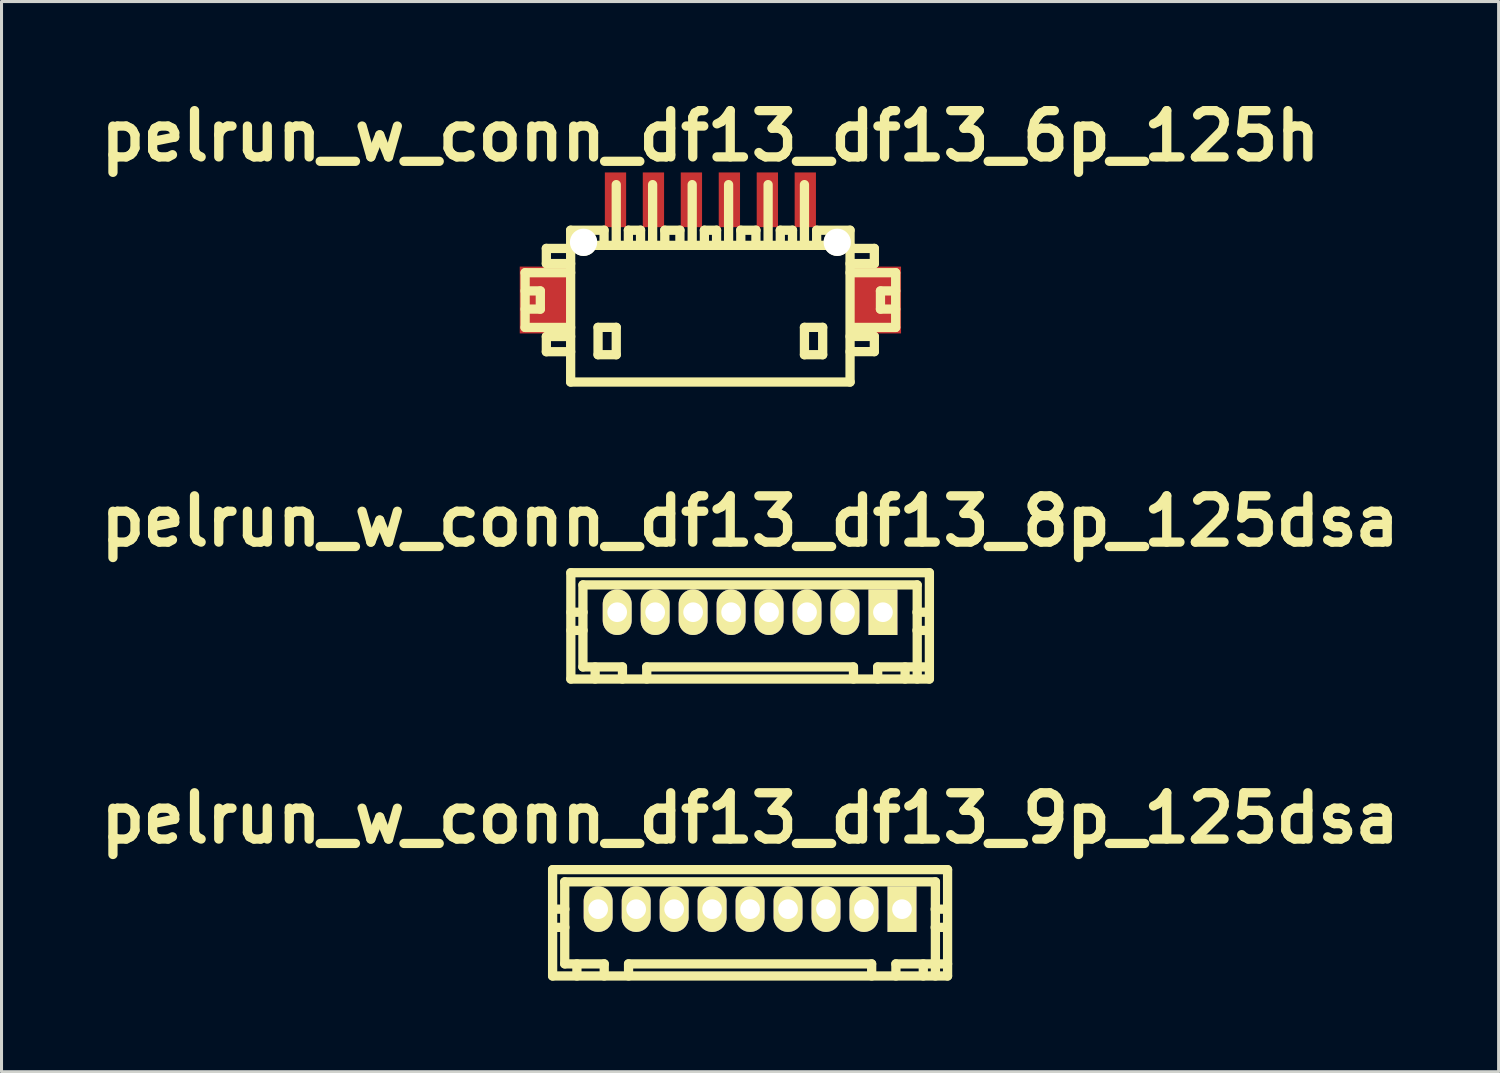
<source format=kicad_pcb>
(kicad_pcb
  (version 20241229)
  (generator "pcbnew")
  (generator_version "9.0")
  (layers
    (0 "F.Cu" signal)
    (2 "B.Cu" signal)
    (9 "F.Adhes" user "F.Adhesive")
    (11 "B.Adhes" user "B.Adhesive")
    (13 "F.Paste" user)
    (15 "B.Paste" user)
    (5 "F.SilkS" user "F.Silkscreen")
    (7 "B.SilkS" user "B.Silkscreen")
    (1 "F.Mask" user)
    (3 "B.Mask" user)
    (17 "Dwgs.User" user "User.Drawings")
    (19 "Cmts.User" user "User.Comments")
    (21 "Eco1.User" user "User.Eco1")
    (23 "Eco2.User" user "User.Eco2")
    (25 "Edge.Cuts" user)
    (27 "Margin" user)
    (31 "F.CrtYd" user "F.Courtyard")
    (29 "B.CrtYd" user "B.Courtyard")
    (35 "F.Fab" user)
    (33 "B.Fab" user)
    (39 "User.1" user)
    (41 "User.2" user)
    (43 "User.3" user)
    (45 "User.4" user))
  (footprint "pelrun_w_conn_df13_df13_6p_125h"
    (layer "F.Cu")
    (at 20.335 7.027)
    (property "Reference" "pelrun_w_conn_df13_df13_6p_125h" (at 0 -5.601 0) (layer "F.SilkS") (effects (font (size 1.524 1.524) (thickness 0.305))))
    (attr through_hole)
    (fp_line (start -6.099 -1.1) (end -6.099 0.701) (stroke (width 0.305) (type solid)) (layer "F.SilkS"))
    (fp_line (start -6.099 0.701) (end -4.6 0.701) (stroke (width 0.305) (type solid)) (layer "F.SilkS"))
    (fp_line (start -5.598 -0.5) (end -6.099 -0.5) (stroke (width 0.305) (type solid)) (layer "F.SilkS"))
    (fp_line (start -5.598 0.099) (end -6.099 0.099) (stroke (width 0.305) (type solid)) (layer "F.SilkS"))
    (fp_line (start -5.598 0.099) (end -5.598 -0.5) (stroke (width 0.305) (type solid)) (layer "F.SilkS"))
    (fp_line (start -5.4 -1.9) (end -5.4 -1.4) (stroke (width 0.305) (type solid)) (layer "F.SilkS"))
    (fp_line (start -5.4 -1.9) (end -4.6 -1.9) (stroke (width 0.305) (type solid)) (layer "F.SilkS"))
    (fp_line (start -5.4 1.001) (end -5.4 1.501) (stroke (width 0.305) (type solid)) (layer "F.SilkS"))
    (fp_line (start -5.4 1.501) (end -4.6 1.501) (stroke (width 0.305) (type solid)) (layer "F.SilkS"))
    (fp_line (start -4.6 -1.4) (end -5.4 -1.4) (stroke (width 0.305) (type solid)) (layer "F.SilkS"))
    (fp_line (start -4.6 -1.1) (end -6.099 -1.1) (stroke (width 0.305) (type solid)) (layer "F.SilkS"))
    (fp_line (start -4.6 1.001) (end -5.4 1.001) (stroke (width 0.305) (type solid)) (layer "F.SilkS"))
    (fp_line (start -4.6 2.499) (end -4.6 -2.499) (stroke (width 0.305) (type solid)) (layer "F.SilkS"))
    (fp_line (start -4.6 2.499) (end 4.6 2.499) (stroke (width 0.305) (type solid)) (layer "F.SilkS"))
    (fp_line (start -3.698 0.699) (end -3.698 1.6) (stroke (width 0.305) (type solid)) (layer "F.SilkS"))
    (fp_line (start -3.698 1.6) (end -3.099 1.6) (stroke (width 0.305) (type solid)) (layer "F.SilkS"))
    (fp_line (start -3.5 -2.499) (end -4.6 -2.499) (stroke (width 0.305) (type solid)) (layer "F.SilkS"))
    (fp_line (start -3.5 -2.499) (end -3.5 -1.999) (stroke (width 0.305) (type solid)) (layer "F.SilkS"))
    (fp_line (start -3.099 -4) (end -3.099 -1.999) (stroke (width 0.305) (type solid)) (layer "F.SilkS"))
    (fp_line (start -3.099 0.699) (end -3.698 0.699) (stroke (width 0.305) (type solid)) (layer "F.SilkS"))
    (fp_line (start -3.099 1.6) (end -3.099 0.699) (stroke (width 0.305) (type solid)) (layer "F.SilkS"))
    (fp_line (start -2.7 -2.499) (end -2.7 -1.999) (stroke (width 0.305) (type solid)) (layer "F.SilkS"))
    (fp_line (start -2.299 -2.499) (end -2.7 -2.499) (stroke (width 0.305) (type solid)) (layer "F.SilkS"))
    (fp_line (start -2.299 -2.499) (end -2.299 -1.999) (stroke (width 0.305) (type solid)) (layer "F.SilkS"))
    (fp_line (start -1.902 -1.999) (end -1.902 -4) (stroke (width 0.305) (type solid)) (layer "F.SilkS"))
    (fp_line (start -1.504 -2.499) (end -1.003 -2.499) (stroke (width 0.305) (type solid)) (layer "F.SilkS"))
    (fp_line (start -1.501 -1.999) (end -1.501 -2.499) (stroke (width 0.305) (type solid)) (layer "F.SilkS"))
    (fp_line (start -1.003 -2.499) (end -1.003 -1.999) (stroke (width 0.305) (type solid)) (layer "F.SilkS"))
    (fp_line (start -0.599 -1.999) (end -0.599 -4) (stroke (width 0.305) (type solid)) (layer "F.SilkS"))
    (fp_line (start -0.198 -2.499) (end -0.198 -1.999) (stroke (width 0.305) (type solid)) (layer "F.SilkS"))
    (fp_line (start 0.203 -2.499) (end -0.198 -2.499) (stroke (width 0.305) (type solid)) (layer "F.SilkS"))
    (fp_line (start 0.203 -2.499) (end 0.203 -1.999) (stroke (width 0.305) (type solid)) (layer "F.SilkS"))
    (fp_line (start 0.599 -1.999) (end 0.599 -4) (stroke (width 0.305) (type solid)) (layer "F.SilkS"))
    (fp_line (start 0.998 -2.499) (end 1.499 -2.499) (stroke (width 0.305) (type solid)) (layer "F.SilkS"))
    (fp_line (start 1.001 -1.999) (end 1.001 -2.499) (stroke (width 0.305) (type solid)) (layer "F.SilkS"))
    (fp_line (start 1.499 -2.499) (end 1.499 -1.999) (stroke (width 0.305) (type solid)) (layer "F.SilkS"))
    (fp_line (start 1.9 -1.999) (end 1.9 -4) (stroke (width 0.305) (type solid)) (layer "F.SilkS"))
    (fp_line (start 2.301 -2.499) (end 2.301 -1.999) (stroke (width 0.305) (type solid)) (layer "F.SilkS"))
    (fp_line (start 2.703 -2.499) (end 2.301 -2.499) (stroke (width 0.305) (type solid)) (layer "F.SilkS"))
    (fp_line (start 2.703 -2.499) (end 2.703 -1.999) (stroke (width 0.305) (type solid)) (layer "F.SilkS"))
    (fp_line (start 3.096 -1.999) (end 3.096 -4) (stroke (width 0.305) (type solid)) (layer "F.SilkS"))
    (fp_line (start 3.096 0.699) (end 3.696 0.699) (stroke (width 0.305) (type solid)) (layer "F.SilkS"))
    (fp_line (start 3.096 1.6) (end 3.096 0.699) (stroke (width 0.305) (type solid)) (layer "F.SilkS"))
    (fp_line (start 3.498 -2.499) (end 3.498 -1.999) (stroke (width 0.305) (type solid)) (layer "F.SilkS"))
    (fp_line (start 3.696 0.699) (end 3.696 1.6) (stroke (width 0.305) (type solid)) (layer "F.SilkS"))
    (fp_line (start 3.696 1.6) (end 3.096 1.6) (stroke (width 0.305) (type solid)) (layer "F.SilkS"))
    (fp_line (start 4.597 -2.499) (end 3.498 -2.499) (stroke (width 0.305) (type solid)) (layer "F.SilkS"))
    (fp_line (start 4.597 -2.499) (end 4.597 2.499) (stroke (width 0.305) (type solid)) (layer "F.SilkS"))
    (fp_line (start 4.597 -1.9) (end 5.397 -1.9) (stroke (width 0.305) (type solid)) (layer "F.SilkS"))
    (fp_line (start 4.597 0.998) (end 5.397 0.998) (stroke (width 0.305) (type solid)) (layer "F.SilkS"))
    (fp_line (start 4.6 -1.999) (end -4.6 -1.999) (stroke (width 0.305) (type solid)) (layer "F.SilkS"))
    (fp_line (start 5.397 -1.9) (end 5.397 -1.4) (stroke (width 0.305) (type solid)) (layer "F.SilkS"))
    (fp_line (start 5.397 -1.4) (end 4.597 -1.4) (stroke (width 0.305) (type solid)) (layer "F.SilkS"))
    (fp_line (start 5.397 0.998) (end 5.397 1.499) (stroke (width 0.305) (type solid)) (layer "F.SilkS"))
    (fp_line (start 5.397 1.499) (end 4.597 1.499) (stroke (width 0.305) (type solid)) (layer "F.SilkS"))
    (fp_line (start 5.598 0.099) (end 5.598 -0.5) (stroke (width 0.305) (type solid)) (layer "F.SilkS"))
    (fp_line (start 6.096 -1.1) (end 4.597 -1.1) (stroke (width 0.305) (type solid)) (layer "F.SilkS"))
    (fp_line (start 6.096 0.701) (end 4.696 0.701) (stroke (width 0.305) (type solid)) (layer "F.SilkS"))
    (fp_line (start 6.099 -1.1) (end 6.099 0.701) (stroke (width 0.305) (type solid)) (layer "F.SilkS"))
    (fp_line (start 6.099 -0.5) (end 5.598 -0.5) (stroke (width 0.305) (type solid)) (layer "F.SilkS"))
    (fp_line (start 6.099 0.099) (end 5.598 0.099) (stroke (width 0.305) (type solid)) (layer "F.SilkS"))
    (pad "" smd rect (at -5.476 -0.201) (size 1.6 2.2) (layers "F.Cu" "F.Mask" "F.Paste"))
    (pad "" np_thru_hole circle (at -4.176 -2.101) (size 0.899 0.899) (drill 0.899) (layers "*.Cu" "*.Mask" "F.SilkS"))
    (pad "" np_thru_hole circle (at 4.176 -2.101) (size 0.899 0.899) (drill 0.899) (layers "*.Cu" "*.Mask" "F.SilkS"))
    (pad "" smd rect (at 5.476 -0.201) (size 1.6 2.2) (layers "F.Cu" "F.Mask" "F.Paste"))
    (pad "1" smd rect (at 3.124 -3.5) (size 0.701 1.801) (layers "F.Cu" "F.Mask" "F.Paste"))
    (pad "2" smd rect (at 1.875 -3.5) (size 0.701 1.801) (layers "F.Cu" "F.Mask" "F.Paste"))
    (pad "3" smd rect (at 0.625 -3.5) (size 0.701 1.801) (layers "F.Cu" "F.Mask" "F.Paste"))
    (pad "4" smd rect (at -0.625 -3.5) (size 0.701 1.801) (layers "F.Cu" "F.Mask" "F.Paste"))
    (pad "5" smd rect (at -1.875 -3.5) (size 0.701 1.801) (layers "F.Cu" "F.Mask" "F.Paste"))
    (pad "6" smd rect (at -3.124 -3.5) (size 0.701 1.801) (layers "F.Cu" "F.Mask" "F.Paste")))
  (footprint "pelrun_w_conn_df13_df13_9p_125dsa"
    (layer "F.Cu")
    (at 21.641 26.878)
    (property "Reference" "pelrun_w_conn_df13_df13_9p_125dsa" (at 0 -2.997 0) (layer "F.SilkS") (effects (font (size 1.524 1.524) (thickness 0.305))))
    (attr through_hole)
    (fp_line (start -6.5 -1.3) (end 6.5 -1.3) (stroke (width 0.305) (type solid)) (layer "F.SilkS"))
    (fp_line (start -6.5 2.2) (end -6.5 -1.3) (stroke (width 0.305) (type solid)) (layer "F.SilkS"))
    (fp_line (start -6.5 2.2) (end 6.5 2.2) (stroke (width 0.305) (type solid)) (layer "F.SilkS"))
    (fp_line (start -6.101 -0.899) (end -6.101 1.801) (stroke (width 0.305) (type solid)) (layer "F.SilkS"))
    (fp_line (start -6.096 0) (end -6.497 0) (stroke (width 0.305) (type solid)) (layer "F.SilkS"))
    (fp_line (start -6.096 0.599) (end -6.497 0.599) (stroke (width 0.305) (type solid)) (layer "F.SilkS"))
    (fp_line (start -5.7 1.801) (end -5.7 2.2) (stroke (width 0.305) (type solid)) (layer "F.SilkS"))
    (fp_line (start -5.1 -0.099) (end -5.1 0.099) (stroke (width 0.305) (type solid)) (layer "F.SilkS"))
    (fp_line (start -5.1 0.099) (end -4.9 0.099) (stroke (width 0.305) (type solid)) (layer "F.SilkS"))
    (fp_line (start -4.9 -0.099) (end -5.1 -0.099) (stroke (width 0.305) (type solid)) (layer "F.SilkS"))
    (fp_line (start -4.9 0.099) (end -4.9 -0.099) (stroke (width 0.305) (type solid)) (layer "F.SilkS"))
    (fp_line (start -4.801 1.801) (end -6.101 1.801) (stroke (width 0.305) (type solid)) (layer "F.SilkS"))
    (fp_line (start -4.801 1.801) (end -4.801 2.2) (stroke (width 0.305) (type solid)) (layer "F.SilkS"))
    (fp_line (start -4 2.2) (end -4 1.801) (stroke (width 0.305) (type solid)) (layer "F.SilkS"))
    (fp_line (start -3.8 -0.099) (end -3.8 0.099) (stroke (width 0.305) (type solid)) (layer "F.SilkS"))
    (fp_line (start -3.8 0.099) (end -3.599 0.099) (stroke (width 0.305) (type solid)) (layer "F.SilkS"))
    (fp_line (start -3.599 -0.099) (end -3.8 -0.099) (stroke (width 0.305) (type solid)) (layer "F.SilkS"))
    (fp_line (start -3.599 0.099) (end -3.599 -0.099) (stroke (width 0.305) (type solid)) (layer "F.SilkS"))
    (fp_line (start -2.601 -0.099) (end -2.601 0.099) (stroke (width 0.305) (type solid)) (layer "F.SilkS"))
    (fp_line (start -2.601 0.099) (end -2.4 0.099) (stroke (width 0.305) (type solid)) (layer "F.SilkS"))
    (fp_line (start -2.4 -0.099) (end -2.601 -0.099) (stroke (width 0.305) (type solid)) (layer "F.SilkS"))
    (fp_line (start -2.4 0.099) (end -2.4 -0.099) (stroke (width 0.305) (type solid)) (layer "F.SilkS"))
    (fp_line (start -1.3 -0.099) (end -1.3 0.099) (stroke (width 0.305) (type solid)) (layer "F.SilkS"))
    (fp_line (start -1.3 0.099) (end -1.1 0.099) (stroke (width 0.305) (type solid)) (layer "F.SilkS"))
    (fp_line (start -1.1 -0.099) (end -1.3 -0.099) (stroke (width 0.305) (type solid)) (layer "F.SilkS"))
    (fp_line (start -1.1 0.099) (end -1.1 -0.099) (stroke (width 0.305) (type solid)) (layer "F.SilkS"))
    (fp_line (start -0.099 -0.099) (end 0.099 -0.099) (stroke (width 0.305) (type solid)) (layer "F.SilkS"))
    (fp_line (start -0.099 0.099) (end -0.099 -0.099) (stroke (width 0.305) (type solid)) (layer "F.SilkS"))
    (fp_line (start 0.099 -0.099) (end 0.099 0.099) (stroke (width 0.305) (type solid)) (layer "F.SilkS"))
    (fp_line (start 0.099 0.099) (end -0.099 0.099) (stroke (width 0.305) (type solid)) (layer "F.SilkS"))
    (fp_line (start 1.1 -0.099) (end 1.3 -0.099) (stroke (width 0.305) (type solid)) (layer "F.SilkS"))
    (fp_line (start 1.1 0.099) (end 1.1 -0.099) (stroke (width 0.305) (type solid)) (layer "F.SilkS"))
    (fp_line (start 1.3 -0.099) (end 1.3 0.099) (stroke (width 0.305) (type solid)) (layer "F.SilkS"))
    (fp_line (start 1.3 0.099) (end 1.1 0.099) (stroke (width 0.305) (type solid)) (layer "F.SilkS"))
    (fp_line (start 2.4 -0.099) (end 2.601 -0.099) (stroke (width 0.305) (type solid)) (layer "F.SilkS"))
    (fp_line (start 2.4 0.099) (end 2.4 -0.099) (stroke (width 0.305) (type solid)) (layer "F.SilkS"))
    (fp_line (start 2.601 -0.099) (end 2.601 0.099) (stroke (width 0.305) (type solid)) (layer "F.SilkS"))
    (fp_line (start 2.601 0.099) (end 2.4 0.099) (stroke (width 0.305) (type solid)) (layer "F.SilkS"))
    (fp_line (start 3.599 -0.099) (end 3.8 -0.099) (stroke (width 0.305) (type solid)) (layer "F.SilkS"))
    (fp_line (start 3.599 0.099) (end 3.599 -0.099) (stroke (width 0.305) (type solid)) (layer "F.SilkS"))
    (fp_line (start 3.8 -0.099) (end 3.8 0.099) (stroke (width 0.305) (type solid)) (layer "F.SilkS"))
    (fp_line (start 3.8 0.099) (end 3.599 0.099) (stroke (width 0.305) (type solid)) (layer "F.SilkS"))
    (fp_line (start 4 1.801) (end -4 1.801) (stroke (width 0.305) (type solid)) (layer "F.SilkS"))
    (fp_line (start 4.003 2.2) (end 4.003 1.801) (stroke (width 0.305) (type solid)) (layer "F.SilkS"))
    (fp_line (start 4.801 1.801) (end 4.801 2.2) (stroke (width 0.305) (type solid)) (layer "F.SilkS"))
    (fp_line (start 4.801 1.801) (end 6.502 1.801) (stroke (width 0.305) (type solid)) (layer "F.SilkS"))
    (fp_line (start 4.9 -0.099) (end 5.1 -0.099) (stroke (width 0.305) (type solid)) (layer "F.SilkS"))
    (fp_line (start 4.9 0.099) (end 4.9 -0.099) (stroke (width 0.305) (type solid)) (layer "F.SilkS"))
    (fp_line (start 5.1 -0.099) (end 5.1 0.099) (stroke (width 0.305) (type solid)) (layer "F.SilkS"))
    (fp_line (start 5.1 0.099) (end 4.9 0.099) (stroke (width 0.305) (type solid)) (layer "F.SilkS"))
    (fp_line (start 5.702 1.801) (end 5.702 2.2) (stroke (width 0.305) (type solid)) (layer "F.SilkS"))
    (fp_line (start 6.093 0) (end 6.495 0) (stroke (width 0.305) (type solid)) (layer "F.SilkS"))
    (fp_line (start 6.101 -0.899) (end -6.101 -0.899) (stroke (width 0.305) (type solid)) (layer "F.SilkS"))
    (fp_line (start 6.101 -0.899) (end 6.101 2.2) (stroke (width 0.305) (type solid)) (layer "F.SilkS"))
    (fp_line (start 6.495 0.599) (end 6.093 0.599) (stroke (width 0.305) (type solid)) (layer "F.SilkS"))
    (fp_line (start 6.502 -1.3) (end 6.502 2.2) (stroke (width 0.305) (type solid)) (layer "F.SilkS"))
    (pad "1" thru_hole rect (at 5.001 0) (size 0.95 1.499) (drill 0.648) (layers "*.Cu" "*.Mask" "F.SilkS"))
    (pad "2" thru_hole oval (at 3.749 0) (size 0.95 1.499) (drill 0.648) (layers "*.Cu" "*.Mask" "F.SilkS"))
    (pad "3" thru_hole oval (at 2.499 0) (size 0.95 1.499) (drill 0.648) (layers "*.Cu" "*.Mask" "F.SilkS"))
    (pad "4" thru_hole oval (at 1.25 0) (size 0.95 1.499) (drill 0.648) (layers "*.Cu" "*.Mask" "F.SilkS"))
    (pad "5" thru_hole oval (at 0 0) (size 0.95 1.499) (drill 0.648) (layers "*.Cu" "*.Mask" "F.SilkS"))
    (pad "6" thru_hole oval (at -1.25 0) (size 0.95 1.499) (drill 0.648) (layers "*.Cu" "*.Mask" "F.SilkS"))
    (pad "7" thru_hole oval (at -2.499 0) (size 0.95 1.499) (drill 0.648) (layers "*.Cu" "*.Mask" "F.SilkS"))
    (pad "8" thru_hole oval (at -3.749 0) (size 0.95 1.499) (drill 0.648) (layers "*.Cu" "*.Mask" "F.SilkS"))
    (pad "9" thru_hole oval (at -5.001 0) (size 0.95 1.499) (drill 0.648) (layers "*.Cu" "*.Mask" "F.SilkS")))
  (footprint "pelrun_w_conn_df13_df13_8p_125dsa"
    (layer "F.Cu")
    (at 21.641 17.103)
    (property "Reference" "pelrun_w_conn_df13_df13_8p_125dsa" (at 0 -2.997 0) (layer "F.SilkS") (effects (font (size 1.524 1.524) (thickness 0.305))))
    (attr through_hole)
    (fp_line (start -5.9 2.2) (end -5.9 -1.3) (stroke (width 0.305) (type solid)) (layer "F.SilkS"))
    (fp_line (start -5.502 -0.899) (end -5.502 1.801) (stroke (width 0.305) (type solid)) (layer "F.SilkS"))
    (fp_line (start -5.499 -0.899) (end 5.499 -0.899) (stroke (width 0.305) (type solid)) (layer "F.SilkS"))
    (fp_line (start -5.497 0) (end -5.898 0) (stroke (width 0.305) (type solid)) (layer "F.SilkS"))
    (fp_line (start -5.497 0.599) (end -5.898 0.599) (stroke (width 0.305) (type solid)) (layer "F.SilkS"))
    (fp_line (start -5.1 1.801) (end -5.1 2.2) (stroke (width 0.305) (type solid)) (layer "F.SilkS"))
    (fp_line (start -4.501 -0.099) (end -4.501 0.099) (stroke (width 0.305) (type solid)) (layer "F.SilkS"))
    (fp_line (start -4.501 0.099) (end -4.3 0.099) (stroke (width 0.305) (type solid)) (layer "F.SilkS"))
    (fp_line (start -4.3 -0.099) (end -4.501 -0.099) (stroke (width 0.305) (type solid)) (layer "F.SilkS"))
    (fp_line (start -4.3 0.099) (end -4.3 -0.099) (stroke (width 0.305) (type solid)) (layer "F.SilkS"))
    (fp_line (start -4.201 1.801) (end -5.502 1.801) (stroke (width 0.305) (type solid)) (layer "F.SilkS"))
    (fp_line (start -4.201 1.801) (end -4.201 2.2) (stroke (width 0.305) (type solid)) (layer "F.SilkS"))
    (fp_line (start -3.401 1.801) (end 3.401 1.801) (stroke (width 0.305) (type solid)) (layer "F.SilkS"))
    (fp_line (start -3.401 2.2) (end -3.401 1.801) (stroke (width 0.305) (type solid)) (layer "F.SilkS"))
    (fp_line (start -3.2 -0.099) (end -3.2 0.099) (stroke (width 0.305) (type solid)) (layer "F.SilkS"))
    (fp_line (start -3.2 0.099) (end -3 0.099) (stroke (width 0.305) (type solid)) (layer "F.SilkS"))
    (fp_line (start -3 -0.099) (end -3.2 -0.099) (stroke (width 0.305) (type solid)) (layer "F.SilkS"))
    (fp_line (start -3 0.099) (end -3 -0.099) (stroke (width 0.305) (type solid)) (layer "F.SilkS"))
    (fp_line (start -1.999 -0.099) (end -1.999 0.099) (stroke (width 0.305) (type solid)) (layer "F.SilkS"))
    (fp_line (start -1.999 0.099) (end -1.801 0.099) (stroke (width 0.305) (type solid)) (layer "F.SilkS"))
    (fp_line (start -1.801 -0.099) (end -1.999 -0.099) (stroke (width 0.305) (type solid)) (layer "F.SilkS"))
    (fp_line (start -1.801 0.099) (end -1.801 -0.099) (stroke (width 0.305) (type solid)) (layer "F.SilkS"))
    (fp_line (start -0.701 -0.099) (end -0.701 0.099) (stroke (width 0.305) (type solid)) (layer "F.SilkS"))
    (fp_line (start -0.701 0.099) (end -0.5 0.099) (stroke (width 0.305) (type solid)) (layer "F.SilkS"))
    (fp_line (start -0.5 -0.099) (end -0.701 -0.099) (stroke (width 0.305) (type solid)) (layer "F.SilkS"))
    (fp_line (start -0.5 0.099) (end -0.5 -0.099) (stroke (width 0.305) (type solid)) (layer "F.SilkS"))
    (fp_line (start 0.5 -0.099) (end 0.701 -0.099) (stroke (width 0.305) (type solid)) (layer "F.SilkS"))
    (fp_line (start 0.5 0.099) (end 0.5 -0.099) (stroke (width 0.305) (type solid)) (layer "F.SilkS"))
    (fp_line (start 0.701 -0.099) (end 0.701 0.099) (stroke (width 0.305) (type solid)) (layer "F.SilkS"))
    (fp_line (start 0.701 0.099) (end 0.5 0.099) (stroke (width 0.305) (type solid)) (layer "F.SilkS"))
    (fp_line (start 1.801 -0.099) (end 1.999 -0.099) (stroke (width 0.305) (type solid)) (layer "F.SilkS"))
    (fp_line (start 1.801 0.099) (end 1.801 -0.099) (stroke (width 0.305) (type solid)) (layer "F.SilkS"))
    (fp_line (start 1.999 -0.099) (end 1.999 0.099) (stroke (width 0.305) (type solid)) (layer "F.SilkS"))
    (fp_line (start 1.999 0.099) (end 1.801 0.099) (stroke (width 0.305) (type solid)) (layer "F.SilkS"))
    (fp_line (start 3 -0.099) (end 3.2 -0.099) (stroke (width 0.305) (type solid)) (layer "F.SilkS"))
    (fp_line (start 3 0.099) (end 3 -0.099) (stroke (width 0.305) (type solid)) (layer "F.SilkS"))
    (fp_line (start 3.2 -0.099) (end 3.2 0.099) (stroke (width 0.305) (type solid)) (layer "F.SilkS"))
    (fp_line (start 3.2 0.099) (end 3 0.099) (stroke (width 0.305) (type solid)) (layer "F.SilkS"))
    (fp_line (start 3.404 2.2) (end 3.404 1.801) (stroke (width 0.305) (type solid)) (layer "F.SilkS"))
    (fp_line (start 4.201 1.801) (end 4.201 2.2) (stroke (width 0.305) (type solid)) (layer "F.SilkS"))
    (fp_line (start 4.201 1.801) (end 5.903 1.801) (stroke (width 0.305) (type solid)) (layer "F.SilkS"))
    (fp_line (start 4.3 -0.099) (end 4.501 -0.099) (stroke (width 0.305) (type solid)) (layer "F.SilkS"))
    (fp_line (start 4.3 0.099) (end 4.3 -0.099) (stroke (width 0.305) (type solid)) (layer "F.SilkS"))
    (fp_line (start 4.501 -0.099) (end 4.501 0.099) (stroke (width 0.305) (type solid)) (layer "F.SilkS"))
    (fp_line (start 4.501 0.099) (end 4.3 0.099) (stroke (width 0.305) (type solid)) (layer "F.SilkS"))
    (fp_line (start 5.103 1.801) (end 5.103 2.2) (stroke (width 0.305) (type solid)) (layer "F.SilkS"))
    (fp_line (start 5.494 0) (end 5.895 0) (stroke (width 0.305) (type solid)) (layer "F.SilkS"))
    (fp_line (start 5.502 -0.899) (end 5.502 2.2) (stroke (width 0.305) (type solid)) (layer "F.SilkS"))
    (fp_line (start 5.895 0.599) (end 5.494 0.599) (stroke (width 0.305) (type solid)) (layer "F.SilkS"))
    (fp_line (start 5.9 -1.3) (end -5.9 -1.3) (stroke (width 0.305) (type solid)) (layer "F.SilkS"))
    (fp_line (start 5.9 2.2) (end -5.9 2.2) (stroke (width 0.305) (type solid)) (layer "F.SilkS"))
    (fp_line (start 5.903 -1.3) (end 5.903 2.2) (stroke (width 0.305) (type solid)) (layer "F.SilkS"))
    (pad "1" thru_hole rect (at 4.374 0) (size 0.95 1.499) (drill 0.648) (layers "*.Cu" "*.Mask" "F.SilkS"))
    (pad "2" thru_hole oval (at 3.124 0) (size 0.95 1.499) (drill 0.648) (layers "*.Cu" "*.Mask" "F.SilkS"))
    (pad "3" thru_hole oval (at 1.875 0) (size 0.95 1.499) (drill 0.648) (layers "*.Cu" "*.Mask" "F.SilkS"))
    (pad "4" thru_hole oval (at 0.625 0) (size 0.95 1.499) (drill 0.648) (layers "*.Cu" "*.Mask" "F.SilkS"))
    (pad "5" thru_hole oval (at -0.625 0) (size 0.95 1.499) (drill 0.648) (layers "*.Cu" "*.Mask" "F.SilkS"))
    (pad "6" thru_hole oval (at -1.875 0) (size 0.95 1.499) (drill 0.648) (layers "*.Cu" "*.Mask" "F.SilkS"))
    (pad "7" thru_hole oval (at -3.124 0) (size 0.95 1.499) (drill 0.648) (layers "*.Cu" "*.Mask" "F.SilkS"))
    (pad "8" thru_hole oval (at -4.374 0) (size 0.95 1.499) (drill 0.648) (layers "*.Cu" "*.Mask" "F.SilkS")))
  (gr_rect
    (start -3 -3)
    (end 46.282 32.23)
    (stroke (width 0.1) (type default))
    (fill no)
    (layer "Edge.Cuts")))
</source>
